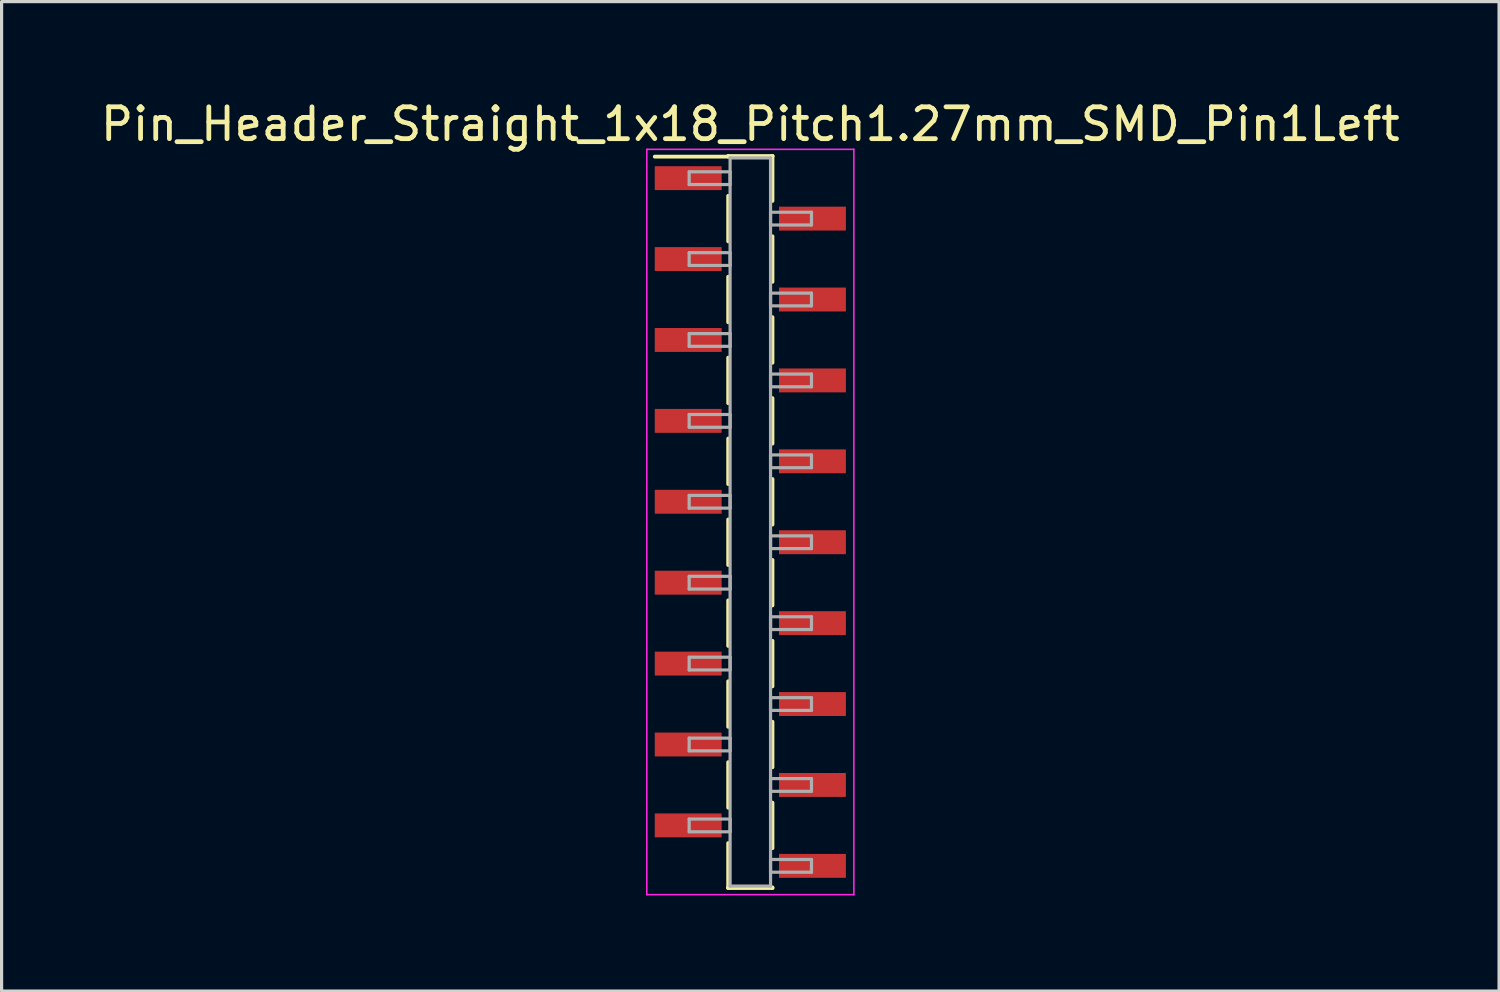
<source format=kicad_pcb>
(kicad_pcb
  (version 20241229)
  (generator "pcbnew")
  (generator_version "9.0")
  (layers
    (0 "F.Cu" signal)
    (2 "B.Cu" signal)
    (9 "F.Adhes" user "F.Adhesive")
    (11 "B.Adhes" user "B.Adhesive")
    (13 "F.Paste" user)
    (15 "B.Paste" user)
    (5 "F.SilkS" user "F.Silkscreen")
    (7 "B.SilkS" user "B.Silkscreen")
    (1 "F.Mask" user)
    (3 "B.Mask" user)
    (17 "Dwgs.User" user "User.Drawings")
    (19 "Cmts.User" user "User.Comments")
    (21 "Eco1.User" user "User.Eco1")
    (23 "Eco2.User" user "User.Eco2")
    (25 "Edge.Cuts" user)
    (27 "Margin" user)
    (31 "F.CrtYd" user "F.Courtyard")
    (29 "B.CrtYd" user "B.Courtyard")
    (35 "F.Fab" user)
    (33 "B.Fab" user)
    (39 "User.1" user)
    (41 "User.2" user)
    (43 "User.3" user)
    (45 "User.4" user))
  (footprint "Pin_Header_Straight_1x18_Pitch1.27mm_SMD_Pin1Left"
    (layer "F.Cu")
    (at 20.506 13.338)
    (property "Reference" "Pin_Header_Straight_1x18_Pitch1.27mm_SMD_Pin1Left" (at 0 -12.49 0) (layer "F.SilkS") (effects (font (size 1 1) (thickness 0.15))))
    (attr smd)
    (fp_line (start -0.695 -11.49) (end 0.695 -11.49) (stroke (width 0.12) (type solid)) (layer "F.SilkS"))
    (fp_line (start -0.695 -11.47) (end -3 -11.47) (stroke (width 0.12) (type solid)) (layer "F.SilkS"))
    (fp_line (start -0.695 -11.47) (end -0.695 -11.49) (stroke (width 0.12) (type solid)) (layer "F.SilkS"))
    (fp_line (start -0.695 -10.24) (end -0.695 -8.81) (stroke (width 0.12) (type solid)) (layer "F.SilkS"))
    (fp_line (start -0.695 -7.7) (end -0.695 -6.27) (stroke (width 0.12) (type solid)) (layer "F.SilkS"))
    (fp_line (start -0.695 -5.16) (end -0.695 -3.73) (stroke (width 0.12) (type solid)) (layer "F.SilkS"))
    (fp_line (start -0.695 -2.62) (end -0.695 -1.19) (stroke (width 0.12) (type solid)) (layer "F.SilkS"))
    (fp_line (start -0.695 -0.08) (end -0.695 1.35) (stroke (width 0.12) (type solid)) (layer "F.SilkS"))
    (fp_line (start -0.695 2.46) (end -0.695 3.89) (stroke (width 0.12) (type solid)) (layer "F.SilkS"))
    (fp_line (start -0.695 5) (end -0.695 6.43) (stroke (width 0.12) (type solid)) (layer "F.SilkS"))
    (fp_line (start -0.695 7.54) (end -0.695 8.97) (stroke (width 0.12) (type solid)) (layer "F.SilkS"))
    (fp_line (start -0.695 10.08) (end -0.695 11.49) (stroke (width 0.12) (type solid)) (layer "F.SilkS"))
    (fp_line (start -0.695 11.47) (end -0.695 11.49) (stroke (width 0.12) (type solid)) (layer "F.SilkS"))
    (fp_line (start -0.695 11.49) (end 0.695 11.49) (stroke (width 0.12) (type solid)) (layer "F.SilkS"))
    (fp_line (start 0.695 -11.49) (end 0.695 -11.47) (stroke (width 0.12) (type solid)) (layer "F.SilkS"))
    (fp_line (start 0.695 -11.49) (end 0.695 -10.08) (stroke (width 0.12) (type solid)) (layer "F.SilkS"))
    (fp_line (start 0.695 -8.97) (end 0.695 -7.54) (stroke (width 0.12) (type solid)) (layer "F.SilkS"))
    (fp_line (start 0.695 -6.43) (end 0.695 -5) (stroke (width 0.12) (type solid)) (layer "F.SilkS"))
    (fp_line (start 0.695 -3.89) (end 0.695 -2.46) (stroke (width 0.12) (type solid)) (layer "F.SilkS"))
    (fp_line (start 0.695 -1.35) (end 0.695 0.08) (stroke (width 0.12) (type solid)) (layer "F.SilkS"))
    (fp_line (start 0.695 1.19) (end 0.695 2.62) (stroke (width 0.12) (type solid)) (layer "F.SilkS"))
    (fp_line (start 0.695 3.73) (end 0.695 5.16) (stroke (width 0.12) (type solid)) (layer "F.SilkS"))
    (fp_line (start 0.695 6.27) (end 0.695 7.7) (stroke (width 0.12) (type solid)) (layer "F.SilkS"))
    (fp_line (start 0.695 8.81) (end 0.695 10.24) (stroke (width 0.12) (type solid)) (layer "F.SilkS"))
    (fp_line (start 0.695 11.49) (end 0.695 11.47) (stroke (width 0.12) (type solid)) (layer "F.SilkS"))
    (fp_line (start -3.25 -11.7) (end -3.25 11.7) (stroke (width 0.05) (type solid)) (layer "F.CrtYd"))
    (fp_line (start -3.25 11.7) (end 3.25 11.7) (stroke (width 0.05) (type solid)) (layer "F.CrtYd"))
    (fp_line (start 3.25 -11.7) (end -3.25 -11.7) (stroke (width 0.05) (type solid)) (layer "F.CrtYd"))
    (fp_line (start 3.25 11.7) (end 3.25 -11.7) (stroke (width 0.05) (type solid)) (layer "F.CrtYd"))
    (fp_line (start -1.92 -10.995) (end -0.635 -10.995) (stroke (width 0.1) (type solid)) (layer "F.Fab"))
    (fp_line (start -1.92 -10.595) (end -1.92 -10.995) (stroke (width 0.1) (type solid)) (layer "F.Fab"))
    (fp_line (start -1.92 -8.455) (end -0.635 -8.455) (stroke (width 0.1) (type solid)) (layer "F.Fab"))
    (fp_line (start -1.92 -8.055) (end -1.92 -8.455) (stroke (width 0.1) (type solid)) (layer "F.Fab"))
    (fp_line (start -1.92 -5.915) (end -0.635 -5.915) (stroke (width 0.1) (type solid)) (layer "F.Fab"))
    (fp_line (start -1.92 -5.515) (end -1.92 -5.915) (stroke (width 0.1) (type solid)) (layer "F.Fab"))
    (fp_line (start -1.92 -3.375) (end -0.635 -3.375) (stroke (width 0.1) (type solid)) (layer "F.Fab"))
    (fp_line (start -1.92 -2.975) (end -1.92 -3.375) (stroke (width 0.1) (type solid)) (layer "F.Fab"))
    (fp_line (start -1.92 -0.835) (end -0.635 -0.835) (stroke (width 0.1) (type solid)) (layer "F.Fab"))
    (fp_line (start -1.92 -0.435) (end -1.92 -0.835) (stroke (width 0.1) (type solid)) (layer "F.Fab"))
    (fp_line (start -1.92 1.705) (end -0.635 1.705) (stroke (width 0.1) (type solid)) (layer "F.Fab"))
    (fp_line (start -1.92 2.105) (end -1.92 1.705) (stroke (width 0.1) (type solid)) (layer "F.Fab"))
    (fp_line (start -1.92 4.245) (end -0.635 4.245) (stroke (width 0.1) (type solid)) (layer "F.Fab"))
    (fp_line (start -1.92 4.645) (end -1.92 4.245) (stroke (width 0.1) (type solid)) (layer "F.Fab"))
    (fp_line (start -1.92 6.785) (end -0.635 6.785) (stroke (width 0.1) (type solid)) (layer "F.Fab"))
    (fp_line (start -1.92 7.185) (end -1.92 6.785) (stroke (width 0.1) (type solid)) (layer "F.Fab"))
    (fp_line (start -1.92 9.325) (end -0.635 9.325) (stroke (width 0.1) (type solid)) (layer "F.Fab"))
    (fp_line (start -1.92 9.725) (end -1.92 9.325) (stroke (width 0.1) (type solid)) (layer "F.Fab"))
    (fp_line (start -0.635 -11.43) (end -0.635 11.43) (stroke (width 0.1) (type solid)) (layer "F.Fab"))
    (fp_line (start -0.635 -10.995) (end -0.635 -10.595) (stroke (width 0.1) (type solid)) (layer "F.Fab"))
    (fp_line (start -0.635 -10.595) (end -1.92 -10.595) (stroke (width 0.1) (type solid)) (layer "F.Fab"))
    (fp_line (start -0.635 -8.455) (end -0.635 -8.055) (stroke (width 0.1) (type solid)) (layer "F.Fab"))
    (fp_line (start -0.635 -8.055) (end -1.92 -8.055) (stroke (width 0.1) (type solid)) (layer "F.Fab"))
    (fp_line (start -0.635 -5.915) (end -0.635 -5.515) (stroke (width 0.1) (type solid)) (layer "F.Fab"))
    (fp_line (start -0.635 -5.515) (end -1.92 -5.515) (stroke (width 0.1) (type solid)) (layer "F.Fab"))
    (fp_line (start -0.635 -3.375) (end -0.635 -2.975) (stroke (width 0.1) (type solid)) (layer "F.Fab"))
    (fp_line (start -0.635 -2.975) (end -1.92 -2.975) (stroke (width 0.1) (type solid)) (layer "F.Fab"))
    (fp_line (start -0.635 -0.835) (end -0.635 -0.435) (stroke (width 0.1) (type solid)) (layer "F.Fab"))
    (fp_line (start -0.635 -0.435) (end -1.92 -0.435) (stroke (width 0.1) (type solid)) (layer "F.Fab"))
    (fp_line (start -0.635 1.705) (end -0.635 2.105) (stroke (width 0.1) (type solid)) (layer "F.Fab"))
    (fp_line (start -0.635 2.105) (end -1.92 2.105) (stroke (width 0.1) (type solid)) (layer "F.Fab"))
    (fp_line (start -0.635 4.245) (end -0.635 4.645) (stroke (width 0.1) (type solid)) (layer "F.Fab"))
    (fp_line (start -0.635 4.645) (end -1.92 4.645) (stroke (width 0.1) (type solid)) (layer "F.Fab"))
    (fp_line (start -0.635 6.785) (end -0.635 7.185) (stroke (width 0.1) (type solid)) (layer "F.Fab"))
    (fp_line (start -0.635 7.185) (end -1.92 7.185) (stroke (width 0.1) (type solid)) (layer "F.Fab"))
    (fp_line (start -0.635 9.325) (end -0.635 9.725) (stroke (width 0.1) (type solid)) (layer "F.Fab"))
    (fp_line (start -0.635 9.725) (end -1.92 9.725) (stroke (width 0.1) (type solid)) (layer "F.Fab"))
    (fp_line (start -0.635 11.43) (end 0.635 11.43) (stroke (width 0.1) (type solid)) (layer "F.Fab"))
    (fp_line (start 0.635 -11.43) (end -0.635 -11.43) (stroke (width 0.1) (type solid)) (layer "F.Fab"))
    (fp_line (start 0.635 -9.725) (end 0.635 -9.325) (stroke (width 0.1) (type solid)) (layer "F.Fab"))
    (fp_line (start 0.635 -9.325) (end 1.92 -9.325) (stroke (width 0.1) (type solid)) (layer "F.Fab"))
    (fp_line (start 0.635 -7.185) (end 0.635 -6.785) (stroke (width 0.1) (type solid)) (layer "F.Fab"))
    (fp_line (start 0.635 -6.785) (end 1.92 -6.785) (stroke (width 0.1) (type solid)) (layer "F.Fab"))
    (fp_line (start 0.635 -4.645) (end 0.635 -4.245) (stroke (width 0.1) (type solid)) (layer "F.Fab"))
    (fp_line (start 0.635 -4.245) (end 1.92 -4.245) (stroke (width 0.1) (type solid)) (layer "F.Fab"))
    (fp_line (start 0.635 -2.105) (end 0.635 -1.705) (stroke (width 0.1) (type solid)) (layer "F.Fab"))
    (fp_line (start 0.635 -1.705) (end 1.92 -1.705) (stroke (width 0.1) (type solid)) (layer "F.Fab"))
    (fp_line (start 0.635 0.435) (end 0.635 0.835) (stroke (width 0.1) (type solid)) (layer "F.Fab"))
    (fp_line (start 0.635 0.835) (end 1.92 0.835) (stroke (width 0.1) (type solid)) (layer "F.Fab"))
    (fp_line (start 0.635 2.975) (end 0.635 3.375) (stroke (width 0.1) (type solid)) (layer "F.Fab"))
    (fp_line (start 0.635 3.375) (end 1.92 3.375) (stroke (width 0.1) (type solid)) (layer "F.Fab"))
    (fp_line (start 0.635 5.515) (end 0.635 5.915) (stroke (width 0.1) (type solid)) (layer "F.Fab"))
    (fp_line (start 0.635 5.915) (end 1.92 5.915) (stroke (width 0.1) (type solid)) (layer "F.Fab"))
    (fp_line (start 0.635 8.055) (end 0.635 8.455) (stroke (width 0.1) (type solid)) (layer "F.Fab"))
    (fp_line (start 0.635 8.455) (end 1.92 8.455) (stroke (width 0.1) (type solid)) (layer "F.Fab"))
    (fp_line (start 0.635 10.595) (end 0.635 10.995) (stroke (width 0.1) (type solid)) (layer "F.Fab"))
    (fp_line (start 0.635 10.995) (end 1.92 10.995) (stroke (width 0.1) (type solid)) (layer "F.Fab"))
    (fp_line (start 0.635 11.43) (end 0.635 -11.43) (stroke (width 0.1) (type solid)) (layer "F.Fab"))
    (fp_line (start 1.92 -9.725) (end 0.635 -9.725) (stroke (width 0.1) (type solid)) (layer "F.Fab"))
    (fp_line (start 1.92 -9.325) (end 1.92 -9.725) (stroke (width 0.1) (type solid)) (layer "F.Fab"))
    (fp_line (start 1.92 -7.185) (end 0.635 -7.185) (stroke (width 0.1) (type solid)) (layer "F.Fab"))
    (fp_line (start 1.92 -6.785) (end 1.92 -7.185) (stroke (width 0.1) (type solid)) (layer "F.Fab"))
    (fp_line (start 1.92 -4.645) (end 0.635 -4.645) (stroke (width 0.1) (type solid)) (layer "F.Fab"))
    (fp_line (start 1.92 -4.245) (end 1.92 -4.645) (stroke (width 0.1) (type solid)) (layer "F.Fab"))
    (fp_line (start 1.92 -2.105) (end 0.635 -2.105) (stroke (width 0.1) (type solid)) (layer "F.Fab"))
    (fp_line (start 1.92 -1.705) (end 1.92 -2.105) (stroke (width 0.1) (type solid)) (layer "F.Fab"))
    (fp_line (start 1.92 0.435) (end 0.635 0.435) (stroke (width 0.1) (type solid)) (layer "F.Fab"))
    (fp_line (start 1.92 0.835) (end 1.92 0.435) (stroke (width 0.1) (type solid)) (layer "F.Fab"))
    (fp_line (start 1.92 2.975) (end 0.635 2.975) (stroke (width 0.1) (type solid)) (layer "F.Fab"))
    (fp_line (start 1.92 3.375) (end 1.92 2.975) (stroke (width 0.1) (type solid)) (layer "F.Fab"))
    (fp_line (start 1.92 5.515) (end 0.635 5.515) (stroke (width 0.1) (type solid)) (layer "F.Fab"))
    (fp_line (start 1.92 5.915) (end 1.92 5.515) (stroke (width 0.1) (type solid)) (layer "F.Fab"))
    (fp_line (start 1.92 8.055) (end 0.635 8.055) (stroke (width 0.1) (type solid)) (layer "F.Fab"))
    (fp_line (start 1.92 8.455) (end 1.92 8.055) (stroke (width 0.1) (type solid)) (layer "F.Fab"))
    (fp_line (start 1.92 10.595) (end 0.635 10.595) (stroke (width 0.1) (type solid)) (layer "F.Fab"))
    (fp_line (start 1.92 10.995) (end 1.92 10.595) (stroke (width 0.1) (type solid)) (layer "F.Fab"))
    (pad "1" smd rect (at -1.95 -10.795) (size 2.1 0.75) (layers "F.Cu" "F.Mask"))
    (pad "2" smd rect (at 1.95 -9.525) (size 2.1 0.75) (layers "F.Cu" "F.Mask"))
    (pad "3" smd rect (at -1.95 -8.255) (size 2.1 0.75) (layers "F.Cu" "F.Mask"))
    (pad "4" smd rect (at 1.95 -6.985) (size 2.1 0.75) (layers "F.Cu" "F.Mask"))
    (pad "5" smd rect (at -1.95 -5.715) (size 2.1 0.75) (layers "F.Cu" "F.Mask"))
    (pad "6" smd rect (at 1.95 -4.445) (size 2.1 0.75) (layers "F.Cu" "F.Mask"))
    (pad "7" smd rect (at -1.95 -3.175) (size 2.1 0.75) (layers "F.Cu" "F.Mask"))
    (pad "8" smd rect (at 1.95 -1.905) (size 2.1 0.75) (layers "F.Cu" "F.Mask"))
    (pad "9" smd rect (at -1.95 -0.635) (size 2.1 0.75) (layers "F.Cu" "F.Mask"))
    (pad "10" smd rect (at 1.95 0.635) (size 2.1 0.75) (layers "F.Cu" "F.Mask"))
    (pad "11" smd rect (at -1.95 1.905) (size 2.1 0.75) (layers "F.Cu" "F.Mask"))
    (pad "12" smd rect (at 1.95 3.175) (size 2.1 0.75) (layers "F.Cu" "F.Mask"))
    (pad "13" smd rect (at -1.95 4.445) (size 2.1 0.75) (layers "F.Cu" "F.Mask"))
    (pad "14" smd rect (at 1.95 5.715) (size 2.1 0.75) (layers "F.Cu" "F.Mask"))
    (pad "15" smd rect (at -1.95 6.985) (size 2.1 0.75) (layers "F.Cu" "F.Mask"))
    (pad "16" smd rect (at 1.95 8.255) (size 2.1 0.75) (layers "F.Cu" "F.Mask"))
    (pad "17" smd rect (at -1.95 9.525) (size 2.1 0.75) (layers "F.Cu" "F.Mask"))
    (pad "18" smd rect (at 1.95 10.795) (size 2.1 0.75) (layers "F.Cu" "F.Mask")))
  (gr_rect
    (start -3 -3)
    (end 44.012 28.063)
    (stroke (width 0.1) (type default))
    (fill no)
    (layer "Edge.Cuts")))
</source>
